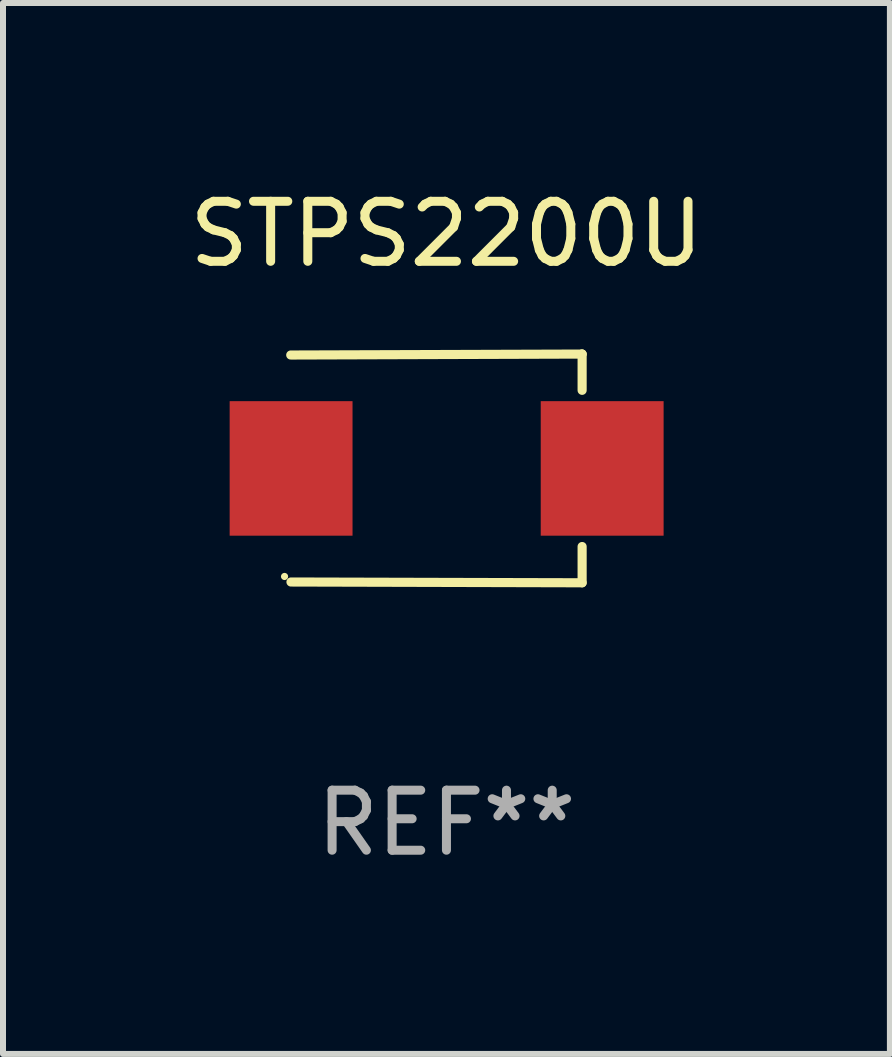
<source format=kicad_pcb>
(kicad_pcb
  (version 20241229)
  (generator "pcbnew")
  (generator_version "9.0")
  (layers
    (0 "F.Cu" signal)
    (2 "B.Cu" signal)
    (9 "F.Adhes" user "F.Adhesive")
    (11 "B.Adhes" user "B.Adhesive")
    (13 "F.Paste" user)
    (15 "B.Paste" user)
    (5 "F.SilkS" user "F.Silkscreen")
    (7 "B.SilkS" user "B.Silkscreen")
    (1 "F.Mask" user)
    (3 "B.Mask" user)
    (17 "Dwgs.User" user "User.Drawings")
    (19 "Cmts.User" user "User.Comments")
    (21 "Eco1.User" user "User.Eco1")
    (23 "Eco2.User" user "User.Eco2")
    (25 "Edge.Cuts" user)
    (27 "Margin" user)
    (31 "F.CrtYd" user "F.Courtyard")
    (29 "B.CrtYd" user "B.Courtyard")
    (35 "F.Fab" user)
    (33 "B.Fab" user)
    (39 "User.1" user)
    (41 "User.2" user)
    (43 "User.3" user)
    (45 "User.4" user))
  (footprint "STPS2200U"
    (layer "F.Cu")
    (at 4.387 4.753)
    (property "Reference" "STPS2200U" (at 0 -3.905 0) (layer "F.SilkS") (effects (font (size 1 1) (thickness 0.15))))
    (attr through_hole)
    (fp_line (start 2.256 -1.905) (end -2.594 -1.889) (stroke (width 0.152) (type solid)) (layer "F.SilkS"))
    (fp_line (start 2.256 -1.905) (end 2.26 -1.905) (stroke (width 0.152) (type solid)) (layer "F.SilkS"))
    (fp_line (start 2.26 -1.905) (end 2.26 -1.301) (stroke (width 0.152) (type solid)) (layer "F.SilkS"))
    (fp_line (start 2.26 1.301) (end 2.26 1.905) (stroke (width 0.152) (type solid)) (layer "F.SilkS"))
    (fp_line (start 2.26 1.905) (end -2.59 1.892) (stroke (width 0.152) (type solid)) (layer "F.SilkS"))
    (fp_circle (center -2.697 1.8) (end -2.667 1.8) (stroke (width 0.06) (type solid)) (fill no) (layer "F.SilkS"))
    (fp_text user "REF**" (at 0 5.905 0) (layer "F.Fab") (effects (font (size 1 1) (thickness 0.15))))
    (pad "1" smd rect (at -2.588 0) (size 2.047 2.241) (layers "F.Cu" "F.Mask" "F.Paste"))
    (pad "2" smd rect (at 2.594 0) (size 2.047 2.241) (layers "F.Cu" "F.Mask" "F.Paste")))
  (gr_rect
    (start -3 -3)
    (end 11.774 14.507)
    (stroke (width 0.1) (type default))
    (fill no)
    (layer "Edge.Cuts")))
</source>
